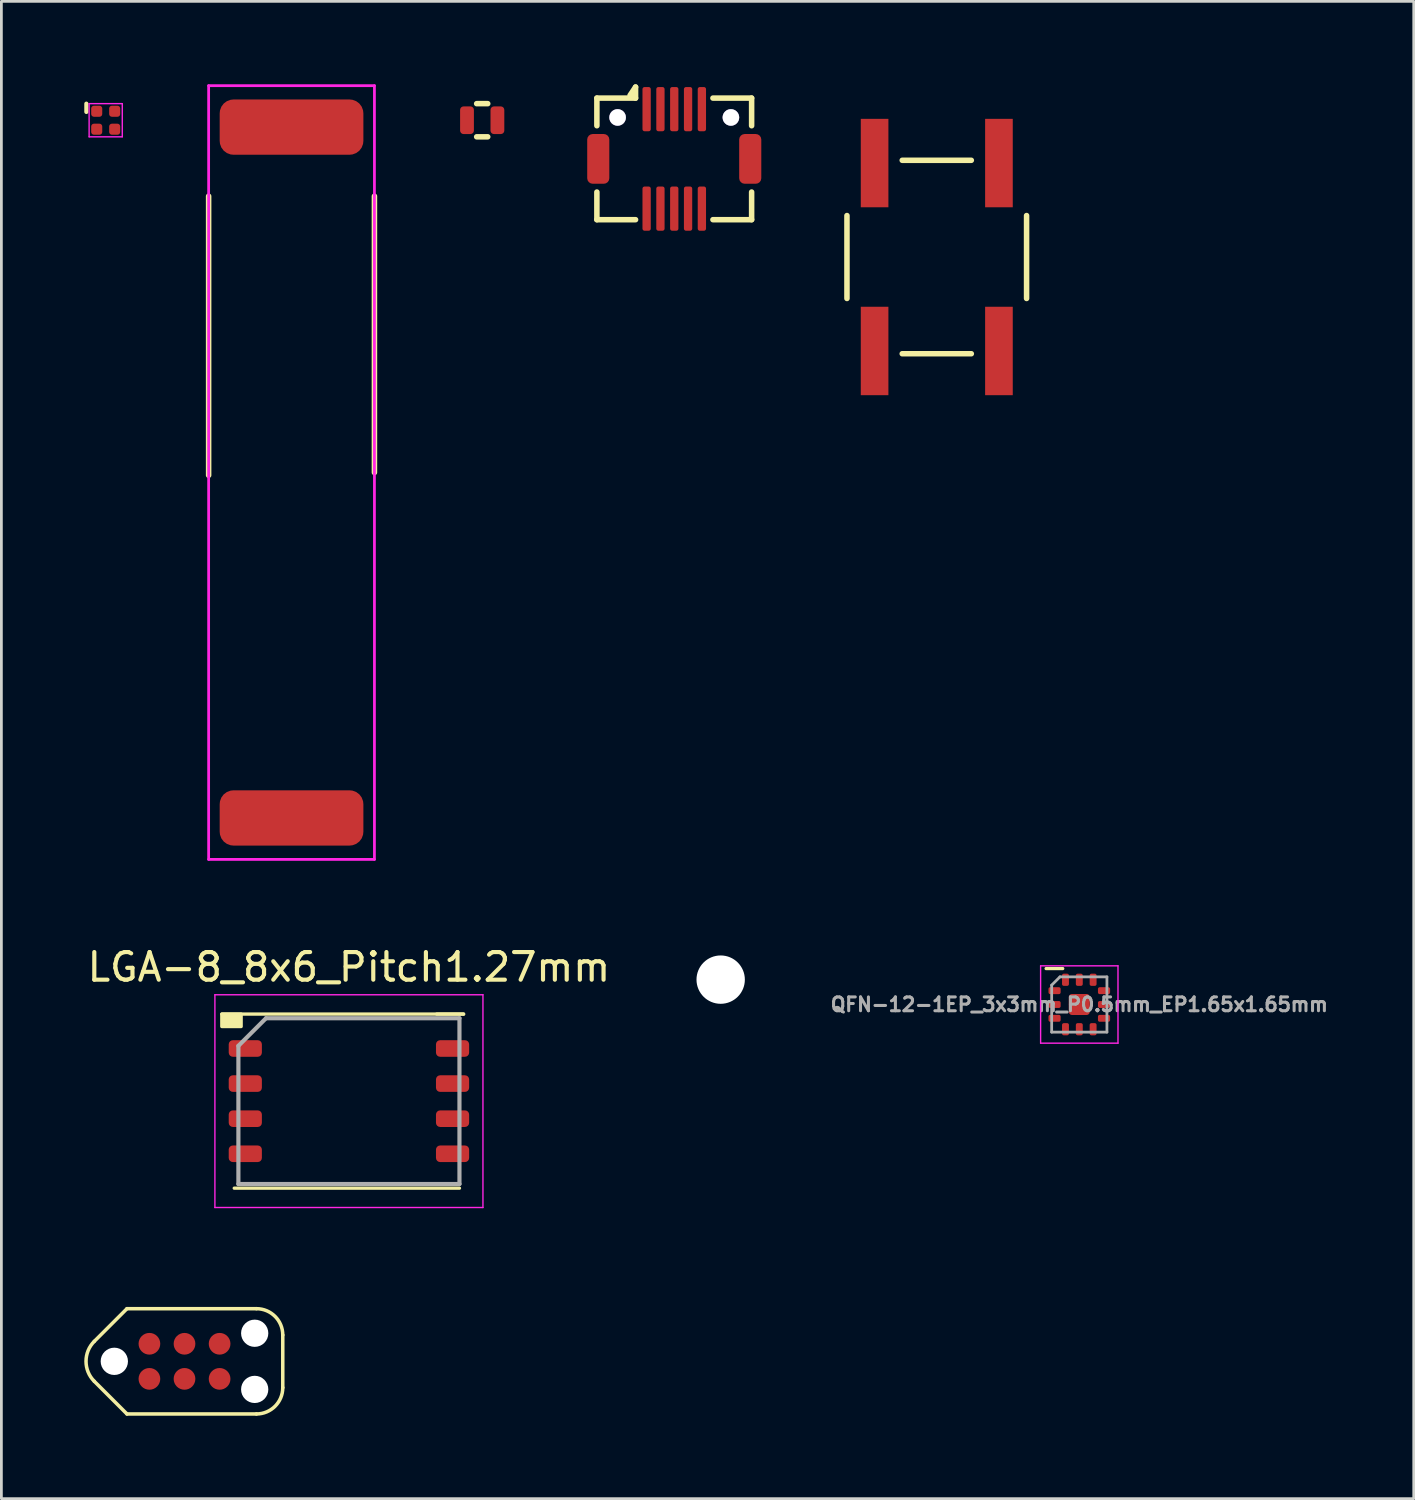
<source format=kicad_pcb>
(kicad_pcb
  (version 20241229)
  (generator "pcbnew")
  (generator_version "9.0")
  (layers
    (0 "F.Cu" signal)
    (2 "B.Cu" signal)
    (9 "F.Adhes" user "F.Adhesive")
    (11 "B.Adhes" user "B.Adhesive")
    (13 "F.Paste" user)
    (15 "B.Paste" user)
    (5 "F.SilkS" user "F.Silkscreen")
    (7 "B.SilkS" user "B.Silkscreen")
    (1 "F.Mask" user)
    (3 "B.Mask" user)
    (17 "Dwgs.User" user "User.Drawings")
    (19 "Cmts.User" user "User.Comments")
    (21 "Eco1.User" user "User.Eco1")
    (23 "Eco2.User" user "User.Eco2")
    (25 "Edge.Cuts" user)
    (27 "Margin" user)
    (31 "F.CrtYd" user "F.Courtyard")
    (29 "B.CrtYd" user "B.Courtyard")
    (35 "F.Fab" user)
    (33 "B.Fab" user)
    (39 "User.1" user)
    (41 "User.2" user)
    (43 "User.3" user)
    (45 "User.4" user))
  (footprint "DF12(3.0)-10DP-0.5V(86)"
    (layer "F.Cu")
    (at 21.35 2.7)
    (property "Reference" "DF12(3.0)-10DP-0.5V(86)" (at 0.1 0 0) (layer "F.SilkS") (effects (font (size 0.001 0.001) (thickness 0.15))))
    (attr through_hole)
    (fp_line (start -2.8 -2.2) (end -1.4 -2.2) (stroke (width 0.2) (type solid)) (layer "F.SilkS"))
    (fp_line (start -2.8 -1.2) (end -2.8 -2.2) (stroke (width 0.2) (type solid)) (layer "F.SilkS"))
    (fp_line (start -2.8 1.2) (end -2.8 2.2) (stroke (width 0.2) (type solid)) (layer "F.SilkS"))
    (fp_line (start -1.4 -2.6) (end -1.6 -2.3) (stroke (width 0.2) (type solid)) (layer "F.SilkS"))
    (fp_line (start -1.4 -2.2) (end -1.4 -2.6) (stroke (width 0.2) (type solid)) (layer "F.SilkS"))
    (fp_line (start -1.4 2.2) (end -2.8 2.2) (stroke (width 0.2) (type solid)) (layer "F.SilkS"))
    (fp_line (start 1.4 -2.2) (end 2.8 -2.2) (stroke (width 0.2) (type solid)) (layer "F.SilkS"))
    (fp_line (start 2.8 -1.2) (end 2.8 -2.2) (stroke (width 0.2) (type solid)) (layer "F.SilkS"))
    (fp_line (start 2.8 1.2) (end 2.8 2.2) (stroke (width 0.2) (type solid)) (layer "F.SilkS"))
    (fp_line (start 2.8 2.2) (end 1.4 2.2) (stroke (width 0.2) (type solid)) (layer "F.SilkS"))
    (pad "" smd roundrect (at -2.75 0) (size 0.8 1.8) (layers "F.Cu" "F.Mask" "F.Paste") (roundrect_rratio 0.25))
    (pad "" thru_hole circle (at -2.05 -1.5) (size 0.6 0.6) (drill 0.6) (layers "*.Cu" "*.Mask"))
    (pad "" thru_hole circle (at 2.05 -1.5) (size 0.6 0.6) (drill 0.6) (layers "*.Cu" "*.Mask"))
    (pad "" smd roundrect (at 2.75 0) (size 0.8 1.8) (layers "F.Cu" "F.Mask" "F.Paste") (roundrect_rratio 0.25))
    (pad "1" smd roundrect (at -1 -1.8) (size 0.3 1.6) (layers "F.Cu" "F.Mask" "F.Paste") (roundrect_rratio 0.25))
    (pad "2" smd roundrect (at -1 1.8) (size 0.3 1.6) (layers "F.Cu" "F.Mask" "F.Paste") (roundrect_rratio 0.25))
    (pad "3" smd roundrect (at -0.5 -1.8) (size 0.3 1.6) (layers "F.Cu" "F.Mask" "F.Paste") (roundrect_rratio 0.25))
    (pad "4" smd roundrect (at -0.5 1.8) (size 0.3 1.6) (layers "F.Cu" "F.Mask" "F.Paste") (roundrect_rratio 0.25))
    (pad "5" smd roundrect (at 0 -1.8) (size 0.3 1.6) (layers "F.Cu" "F.Mask" "F.Paste") (roundrect_rratio 0.25))
    (pad "6" smd roundrect (at 0 1.8) (size 0.3 1.6) (layers "F.Cu" "F.Mask" "F.Paste") (roundrect_rratio 0.25))
    (pad "7" smd roundrect (at 0.5 -1.8) (size 0.3 1.6) (layers "F.Cu" "F.Mask" "F.Paste") (roundrect_rratio 0.25))
    (pad "8" smd roundrect (at 0.5 1.8) (size 0.3 1.6) (layers "F.Cu" "F.Mask" "F.Paste") (roundrect_rratio 0.25))
    (pad "9" smd roundrect (at 1 -1.8) (size 0.3 1.6) (layers "F.Cu" "F.Mask" "F.Paste") (roundrect_rratio 0.25))
    (pad "10" smd roundrect (at 1 1.8) (size 0.3 1.6) (layers "F.Cu" "F.Mask" "F.Paste") (roundrect_rratio 0.25)))
  (footprint "TC2030-NL_SMALL"
    (layer "F.Cu")
    (at 3.627 46.214)
    (property "Reference" "TC2030-NL_SMALL" (at 0 -2.54 0) (layer "F.Fab") (effects (font (size 0.001 0.001) (thickness 0.15))))
    (attr exclude_from_pos_files exclude_from_bom)
    (fp_line (start -3.264 -0.724) (end -2.083 -1.905) (stroke (width 0.127) (type solid)) (layer "F.SilkS"))
    (fp_line (start -3.264 0.724) (end -2.083 1.905) (stroke (width 0.127) (type solid)) (layer "F.SilkS"))
    (fp_line (start 2.603 -1.905) (end -2.083 -1.905) (stroke (width 0.127) (type solid)) (layer "F.SilkS"))
    (fp_line (start 2.603 1.905) (end -2.083 1.905) (stroke (width 0.127) (type solid)) (layer "F.SilkS"))
    (fp_line (start 3.556 -0.953) (end 3.556 0.953) (stroke (width 0.127) (type solid)) (layer "F.SilkS"))
    (fp_arc (start -3.2639 0.7239) (mid -3.563749 0) (end -3.2639 -0.7239) (stroke (width 0.127) (type solid)) (layer "F.SilkS"))
    (fp_arc (start 2.6035 -1.905) (mid 3.277019 -1.626019) (end 3.556 -0.9525) (stroke (width 0.127) (type solid)) (layer "F.SilkS"))
    (fp_arc (start 3.556 0.9525) (mid 3.277019 1.626019) (end 2.6035 1.905) (stroke (width 0.127) (type solid)) (layer "F.SilkS"))
    (pad "" np_thru_hole circle (at -2.54 0 180) (size 0.988 0.988) (drill 0.988) (layers "*.Cu" "*.Mask"))
    (pad "" np_thru_hole circle (at 2.54 -1.016 180) (size 0.986 0.986) (drill 0.986) (layers "*.Cu" "*.Mask"))
    (pad "" np_thru_hole circle (at 2.54 1.016 180) (size 0.986 0.986) (drill 0.986) (layers "*.Cu" "*.Mask"))
    (pad "1" connect circle (at -1.27 0.635 180) (size 0.785 0.785) (layers "F.Cu" "F.Mask"))
    (pad "2" connect circle (at -1.27 -0.635 180) (size 0.785 0.785) (layers "F.Cu" "F.Mask"))
    (pad "3" connect circle (at 0 0.635 180) (size 0.785 0.785) (layers "F.Cu" "F.Mask"))
    (pad "4" connect circle (at 0 -0.635 180) (size 0.785 0.785) (layers "F.Cu" "F.Mask"))
    (pad "5" connect circle (at 1.27 0.635 180) (size 0.785 0.785) (layers "F.Cu" "F.Mask"))
    (pad "6" connect circle (at 1.27 -0.635 180) (size 0.785 0.785) (layers "F.Cu" "F.Mask")))
  (footprint "QFN-12-1EP_3x3mm_P0.5mm_EP1.65x1.65mm"
    (layer "F.Cu")
    (at 36.008 33.301)
    (property "Reference" "QFN-12-1EP_3x3mm_P0.5mm_EP1.65x1.65mm" (at 0 -2.2 0) (layer "F.SilkS") (effects (font (size 0.001 0.001) (thickness 0.15))))
    (attr smd)
    (fp_line (start -0.6 -1.3) (end -1.2 -1.3) (stroke (width 0.12) (type solid)) (layer "F.SilkS"))
    (fp_line (start -1.4 -1.4) (end -1.4 1.4) (stroke (width 0.05) (type solid)) (layer "F.CrtYd"))
    (fp_line (start -1.4 1.4) (end 1.4 1.4) (stroke (width 0.05) (type solid)) (layer "F.CrtYd"))
    (fp_line (start 1.4 -1.4) (end -1.4 -1.4) (stroke (width 0.05) (type solid)) (layer "F.CrtYd"))
    (fp_line (start 1.4 1.4) (end 1.4 -1.4) (stroke (width 0.05) (type solid)) (layer "F.CrtYd"))
    (fp_line (start -1 -0.7) (end -0.7 -1) (stroke (width 0.1) (type solid)) (layer "F.Fab"))
    (fp_line (start -1 1) (end -1 -0.7) (stroke (width 0.1) (type solid)) (layer "F.Fab"))
    (fp_line (start -0.7 -1) (end 1 -1) (stroke (width 0.1) (type solid)) (layer "F.Fab"))
    (fp_line (start 1 -1) (end 1 1) (stroke (width 0.1) (type solid)) (layer "F.Fab"))
    (fp_line (start 1 1) (end -1 1) (stroke (width 0.1) (type solid)) (layer "F.Fab"))
    (fp_text user "${REFERENCE}" (at 0 0 0) (layer "F.Fab") (effects (font (size 0.5 0.5) (thickness 0.11))))
    (pad "" smd roundrect (at 0 0) (size 0.67 0.67) (layers "F.Paste") (roundrect_rratio 0.25))
    (pad "1" smd roundrect (at -0.895 -0.5) (size 0.44 0.25) (layers "F.Cu" "F.Mask" "F.Paste") (roundrect_rratio 0.25))
    (pad "2" smd roundrect (at -0.895 0) (size 0.44 0.25) (layers "F.Cu" "F.Mask" "F.Paste") (roundrect_rratio 0.25))
    (pad "3" smd roundrect (at -0.895 0.5) (size 0.44 0.25) (layers "F.Cu" "F.Mask" "F.Paste") (roundrect_rratio 0.25))
    (pad "4" smd roundrect (at -0.5 0.895 90) (size 0.44 0.25) (layers "F.Cu" "F.Mask" "F.Paste") (roundrect_rratio 0.25))
    (pad "5" smd roundrect (at 0 0.895 90) (size 0.44 0.25) (layers "F.Cu" "F.Mask" "F.Paste") (roundrect_rratio 0.25))
    (pad "6" smd roundrect (at 0.5 0.895 90) (size 0.44 0.25) (layers "F.Cu" "F.Mask" "F.Paste") (roundrect_rratio 0.25))
    (pad "7" smd roundrect (at 0.895 0.5 180) (size 0.44 0.25) (layers "F.Cu" "F.Mask" "F.Paste") (roundrect_rratio 0.25))
    (pad "8" smd roundrect (at 0.895 0 180) (size 0.44 0.25) (layers "F.Cu" "F.Mask" "F.Paste") (roundrect_rratio 0.25))
    (pad "9" smd roundrect (at 0.895 -0.5 180) (size 0.44 0.25) (layers "F.Cu" "F.Mask" "F.Paste") (roundrect_rratio 0.25))
    (pad "10" smd roundrect (at 0.5 -0.895 270) (size 0.44 0.25) (layers "F.Cu" "F.Mask" "F.Paste") (roundrect_rratio 0.25))
    (pad "11" smd roundrect (at 0 -0.895 270) (size 0.44 0.25) (layers "F.Cu" "F.Mask" "F.Paste") (roundrect_rratio 0.25))
    (pad "12" smd roundrect (at -0.5 -0.895 270) (size 0.44 0.25) (layers "F.Cu" "F.Mask" "F.Paste") (roundrect_rratio 0.25))
    (pad "13" smd roundrect (at 0 0) (size 0.76 0.76) (layers "F.Cu" "F.Mask") (roundrect_rratio 0.152)))
  (footprint "M1.6_Mounting Hole"
    (layer "F.Cu")
    (at 23.03 32.401)
    (property "Reference" "M1.6_Mounting Hole" (at -0.1 -1.3 0) (layer "F.SilkS") (effects (font (size 0.001 0.001) (thickness 0.15))))
    (attr through_hole)
    (pad "" np_thru_hole circle (at 0 0) (size 1.75 1.75) (drill 1.75) (layers "*.Cu" "*.Mask")))
  (footprint "LGA-8_8x6_Pitch1.27mm"
    (layer "F.Cu")
    (at 9.577 36.798)
    (property "Reference" "LGA-8_8x6_Pitch1.27mm" (at 0 -4.85 0) (layer "F.SilkS") (effects (font (size 1 1) (thickness 0.15))))
    (attr through_hole)
    (fp_line (start 3.175 -3.15) (end 4.15 -3.15) (stroke (width 0.12) (type solid)) (layer "F.SilkS"))
    (fp_line (start 4 3.15) (end -4.15 3.15) (stroke (width 0.12) (type solid)) (layer "F.SilkS"))
    (fp_line (start 4.15 -3.15) (end -4.6 -3.15) (stroke (width 0.12) (type solid)) (layer "F.SilkS"))
    (fp_rect (start -4.6 -3.15) (end -3.9 -2.7) (stroke (width 0.12) (type solid)) (fill yes) (layer "F.SilkS"))
    (fp_line (start -4.85 -3.85) (end 4.85 -3.85) (stroke (width 0.05) (type solid)) (layer "F.CrtYd"))
    (fp_line (start -4.85 3.85) (end -4.85 -3.85) (stroke (width 0.05) (type solid)) (layer "F.CrtYd"))
    (fp_line (start 4.85 -3.85) (end 4.85 3.85) (stroke (width 0.05) (type solid)) (layer "F.CrtYd"))
    (fp_line (start 4.85 3.85) (end -4.85 3.85) (stroke (width 0.05) (type solid)) (layer "F.CrtYd"))
    (fp_line (start -4 -2) (end -4 3) (stroke (width 0.15) (type solid)) (layer "F.Fab"))
    (fp_line (start -4 3) (end 4 3) (stroke (width 0.15) (type solid)) (layer "F.Fab"))
    (fp_line (start -3 -3) (end -4 -2) (stroke (width 0.15) (type solid)) (layer "F.Fab"))
    (fp_line (start 4 -3) (end -3 -3) (stroke (width 0.15) (type solid)) (layer "F.Fab"))
    (fp_line (start 4 3) (end 4 -3) (stroke (width 0.15) (type solid)) (layer "F.Fab"))
    (pad "1" smd roundrect (at -3.75 -1.905 90) (size 0.6 1.2) (layers "F.Cu" "F.Mask" "F.Paste") (roundrect_rratio 0.25))
    (pad "2" smd roundrect (at -3.75 -0.635 90) (size 0.6 1.2) (layers "F.Cu" "F.Mask" "F.Paste") (roundrect_rratio 0.25))
    (pad "3" smd roundrect (at -3.75 0.635 90) (size 0.6 1.2) (layers "F.Cu" "F.Mask" "F.Paste") (roundrect_rratio 0.25))
    (pad "4" smd roundrect (at -3.75 1.905 90) (size 0.6 1.2) (layers "F.Cu" "F.Mask" "F.Paste") (roundrect_rratio 0.25))
    (pad "5" smd roundrect (at 3.75 1.905 90) (size 0.6 1.2) (layers "F.Cu" "F.Mask" "F.Paste") (roundrect_rratio 0.25))
    (pad "6" smd roundrect (at 3.75 0.635 90) (size 0.6 1.2) (layers "F.Cu" "F.Mask" "F.Paste") (roundrect_rratio 0.25))
    (pad "7" smd roundrect (at 3.75 -0.635 90) (size 0.6 1.2) (layers "F.Cu" "F.Mask" "F.Paste") (roundrect_rratio 0.25))
    (pad "8" smd roundrect (at 3.75 -1.905 90) (size 0.6 1.2) (layers "F.Cu" "F.Mask" "F.Paste") (roundrect_rratio 0.25)))
  (footprint "0433AT62A0020 - 433MHz 25x5x1mm chip antenna"
    (layer "F.Cu")
    (at 7.5 14.05)
    (property "Reference" "0433AT62A0020 - 433MHz 25x5x1mm chip antenna" (at 0 -5 90) (layer "F.SilkS") (effects (font (size 0.001 0.001) (thickness 0.15))))
    (attr through_hole)
    (fp_line (start -3 -10) (end -3 0.1) (stroke (width 0.2) (type solid)) (layer "F.SilkS"))
    (fp_line (start 3 -10) (end 3 0) (stroke (width 0.2) (type solid)) (layer "F.SilkS"))
    (fp_line (start -3 -14) (end -3 14) (stroke (width 0.1) (type solid)) (layer "F.CrtYd"))
    (fp_line (start 3 -14) (end -3 -14) (stroke (width 0.1) (type solid)) (layer "F.CrtYd"))
    (fp_line (start 3 -14) (end 3 14) (stroke (width 0.1) (type solid)) (layer "F.CrtYd"))
    (fp_line (start 3 14) (end -3 14) (stroke (width 0.1) (type solid)) (layer "F.CrtYd"))
    (pad "1" smd roundrect (at 0 -12.5) (size 5.2 2) (layers "F.Cu" "F.Mask" "F.Paste") (roundrect_rratio 0.25))
    (pad "2" smd roundrect (at 0 12.5) (size 5.2 2) (layers "F.Cu" "F.Mask" "F.Paste") (roundrect_rratio 0.25)))
  (footprint "ABS05_32.768KHz Crystal"
    (layer "F.Cu")
    (at 14.4 1.301)
    (property "Reference" "ABS05_32.768KHz Crystal" (at 0.6 -1.3 0) (layer "F.SilkS") (effects (font (size 0.001 0.001) (thickness 0.15))))
    (attr through_hole)
    (fp_line (start -0.2 -0.6) (end 0.2 -0.6) (stroke (width 0.2) (type solid)) (layer "F.SilkS"))
    (fp_line (start -0.2 0.6) (end 0.2 0.6) (stroke (width 0.2) (type solid)) (layer "F.SilkS"))
    (pad "1" smd roundrect (at -0.55 0) (size 0.5 1) (layers "F.Cu" "F.Mask" "F.Paste") (roundrect_rratio 0.25))
    (pad "2" smd roundrect (at 0.55 0) (size 0.5 1) (layers "F.Cu" "F.Mask" "F.Paste") (roundrect_rratio 0.25)))
  (footprint "0404LED_RGB"
    (layer "F.Cu")
    (at 0.775 1.301)
    (property "Reference" "0404LED_RGB" (at 0.1 -1.3 0) (layer "F.SilkS") (effects (font (size 0.001 0.001) (thickness 0.15))))
    (attr through_hole)
    (fp_line (start -0.7 -0.6) (end -0.7 -0.3) (stroke (width 0.15) (type solid)) (layer "F.SilkS"))
    (fp_line (start -0.6 -0.6) (end 0.6 -0.6) (stroke (width 0.05) (type solid)) (layer "F.CrtYd"))
    (fp_line (start -0.6 0.6) (end -0.6 -0.6) (stroke (width 0.05) (type solid)) (layer "F.CrtYd"))
    (fp_line (start 0.6 -0.6) (end 0.6 0.6) (stroke (width 0.05) (type solid)) (layer "F.CrtYd"))
    (fp_line (start 0.6 0.6) (end -0.6 0.6) (stroke (width 0.05) (type solid)) (layer "F.CrtYd"))
    (pad "1" smd roundrect (at -0.325 -0.325) (size 0.4 0.4) (layers "F.Cu" "F.Mask" "F.Paste") (roundrect_rratio 0.25))
    (pad "2" smd roundrect (at -0.325 0.325 90) (size 0.4 0.4) (layers "F.Cu" "F.Mask" "F.Paste") (roundrect_rratio 0.25))
    (pad "3" smd roundrect (at 0.325 0.325 180) (size 0.4 0.4) (layers "F.Cu" "F.Mask" "F.Paste") (roundrect_rratio 0.25))
    (pad "4" smd roundrect (at 0.325 -0.325 270) (size 0.4 0.4) (layers "F.Cu" "F.Mask" "F.Paste") (roundrect_rratio 0.25)))
  (footprint "EVQ_switch"
    (layer "F.Cu")
    (at 30.85 6.251)
    (property "Reference" "EVQ_switch" (at 0 -6.25 0) (layer "F.SilkS") (effects (font (size 0.001 0.001) (thickness 0.15))))
    (attr through_hole)
    (fp_line (start -3.25 -1.5) (end -3.25 1.5) (stroke (width 0.2) (type solid)) (layer "F.SilkS"))
    (fp_line (start -1.25 -3.5) (end 1.25 -3.5) (stroke (width 0.2) (type solid)) (layer "F.SilkS"))
    (fp_line (start -1.25 3.5) (end 1.25 3.5) (stroke (width 0.2) (type solid)) (layer "F.SilkS"))
    (fp_line (start 3.25 -1.5) (end 3.25 1.5) (stroke (width 0.2) (type solid)) (layer "F.SilkS"))
    (pad "1" smd rect (at -2.25 -3.4) (size 1 3.2) (layers "F.Cu" "F.Mask" "F.Paste"))
    (pad "1" smd rect (at -2.25 3.4) (size 1 3.2) (layers "F.Cu" "F.Mask" "F.Paste"))
    (pad "2" smd rect (at 2.25 -3.4) (size 1 3.2) (layers "F.Cu" "F.Mask" "F.Paste"))
    (pad "2" smd rect (at 2.25 3.4) (size 1 3.2) (layers "F.Cu" "F.Mask" "F.Paste")))
  (gr_rect
    (start -3 -3)
    (end 48.111 51.183)
    (stroke (width 0.1) (type default))
    (fill no)
    (layer "Edge.Cuts")))
</source>
